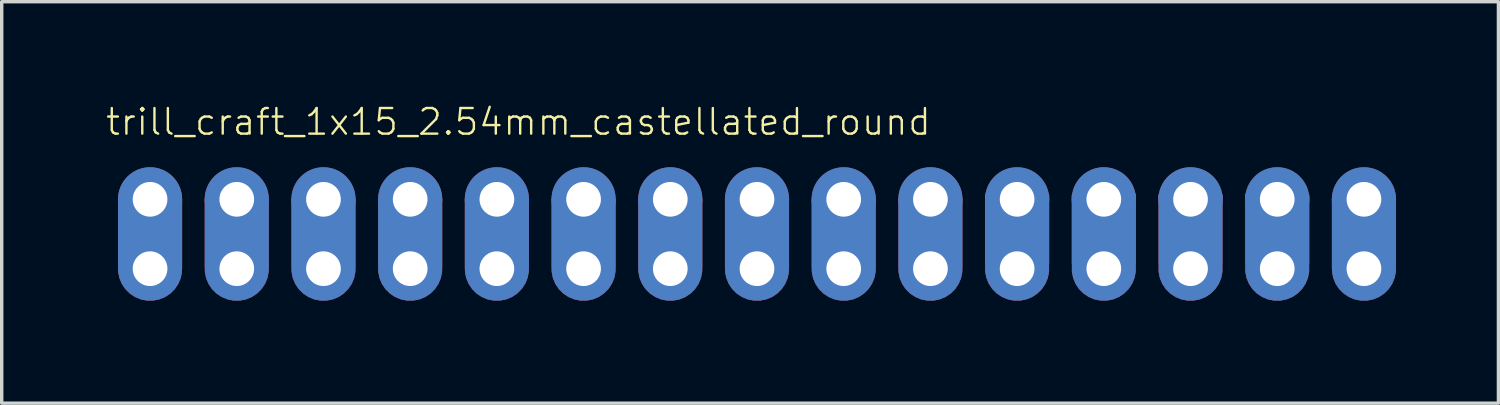
<source format=kicad_pcb>
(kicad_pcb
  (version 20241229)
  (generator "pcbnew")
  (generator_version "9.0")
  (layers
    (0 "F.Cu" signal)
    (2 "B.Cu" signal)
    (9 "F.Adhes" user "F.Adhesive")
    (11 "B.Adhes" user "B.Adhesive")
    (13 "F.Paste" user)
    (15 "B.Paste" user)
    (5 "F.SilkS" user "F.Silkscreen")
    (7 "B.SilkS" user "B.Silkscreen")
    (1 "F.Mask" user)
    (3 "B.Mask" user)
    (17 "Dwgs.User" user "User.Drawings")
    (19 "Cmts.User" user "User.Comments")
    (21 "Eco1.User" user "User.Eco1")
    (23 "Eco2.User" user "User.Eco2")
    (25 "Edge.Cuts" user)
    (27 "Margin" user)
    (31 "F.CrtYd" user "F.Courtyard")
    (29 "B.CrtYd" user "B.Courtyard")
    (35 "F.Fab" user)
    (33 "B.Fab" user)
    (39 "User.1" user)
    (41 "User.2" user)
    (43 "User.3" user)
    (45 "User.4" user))
  (footprint "trill_craft_1x15_2.54mm_castellated_round"
    (layer "F.Cu")
    (at 1.346 2.789)
    (property "Reference" "trill_craft_1x15_2.54mm_castellated_round" (at -1.346 -1.829 0) (layer "F.SilkS") (effects (font (size 0.75 0.75) (thickness 0.07)) (justify left bottom)))
    (attr through_hole exclude_from_pos_files exclude_from_bom)
    (fp_poly (pts (xy -0.254 0.254) (xy 0.254 0.254) (xy 0.254 -0.254) (xy -0.254 -0.254)) (stroke (width 0.1) (type solid)) (fill no) (layer "F.Fab"))
    (fp_poly (pts (xy -0.254 2.286) (xy 0.254 2.286) (xy 0.254 1.778) (xy -0.254 1.778)) (stroke (width 0.1) (type solid)) (fill no) (layer "F.Fab"))
    (fp_poly (pts (xy 2.286 0.254) (xy 2.794 0.254) (xy 2.794 -0.254) (xy 2.286 -0.254)) (stroke (width 0.1) (type solid)) (fill no) (layer "F.Fab"))
    (fp_poly (pts (xy 2.286 2.286) (xy 2.794 2.286) (xy 2.794 1.778) (xy 2.286 1.778)) (stroke (width 0.1) (type solid)) (fill no) (layer "F.Fab"))
    (fp_poly (pts (xy 4.826 0.254) (xy 5.334 0.254) (xy 5.334 -0.254) (xy 4.826 -0.254)) (stroke (width 0.1) (type solid)) (fill no) (layer "F.Fab"))
    (fp_poly (pts (xy 4.826 2.286) (xy 5.334 2.286) (xy 5.334 1.778) (xy 4.826 1.778)) (stroke (width 0.1) (type solid)) (fill no) (layer "F.Fab"))
    (fp_poly (pts (xy 7.366 0.254) (xy 7.874 0.254) (xy 7.874 -0.254) (xy 7.366 -0.254)) (stroke (width 0.1) (type solid)) (fill no) (layer "F.Fab"))
    (fp_poly (pts (xy 7.366 2.286) (xy 7.874 2.286) (xy 7.874 1.778) (xy 7.366 1.778)) (stroke (width 0.1) (type solid)) (fill no) (layer "F.Fab"))
    (fp_poly (pts (xy 9.906 0.254) (xy 10.414 0.254) (xy 10.414 -0.254) (xy 9.906 -0.254)) (stroke (width 0.1) (type solid)) (fill no) (layer "F.Fab"))
    (fp_poly (pts (xy 9.906 2.286) (xy 10.414 2.286) (xy 10.414 1.778) (xy 9.906 1.778)) (stroke (width 0.1) (type solid)) (fill no) (layer "F.Fab"))
    (fp_poly (pts (xy 12.446 0.254) (xy 12.954 0.254) (xy 12.954 -0.254) (xy 12.446 -0.254)) (stroke (width 0.1) (type solid)) (fill no) (layer "F.Fab"))
    (fp_poly (pts (xy 12.446 2.286) (xy 12.954 2.286) (xy 12.954 1.778) (xy 12.446 1.778)) (stroke (width 0.1) (type solid)) (fill no) (layer "F.Fab"))
    (fp_poly (pts (xy 14.986 0.254) (xy 15.494 0.254) (xy 15.494 -0.254) (xy 14.986 -0.254)) (stroke (width 0.1) (type solid)) (fill no) (layer "F.Fab"))
    (fp_poly (pts (xy 14.986 2.286) (xy 15.494 2.286) (xy 15.494 1.778) (xy 14.986 1.778)) (stroke (width 0.1) (type solid)) (fill no) (layer "F.Fab"))
    (fp_poly (pts (xy 17.526 0.254) (xy 18.034 0.254) (xy 18.034 -0.254) (xy 17.526 -0.254)) (stroke (width 0.1) (type solid)) (fill no) (layer "F.Fab"))
    (fp_poly (pts (xy 17.526 2.286) (xy 18.034 2.286) (xy 18.034 1.778) (xy 17.526 1.778)) (stroke (width 0.1) (type solid)) (fill no) (layer "F.Fab"))
    (fp_poly (pts (xy 20.066 0.254) (xy 20.574 0.254) (xy 20.574 -0.254) (xy 20.066 -0.254)) (stroke (width 0.1) (type solid)) (fill no) (layer "F.Fab"))
    (fp_poly (pts (xy 20.066 2.286) (xy 20.574 2.286) (xy 20.574 1.778) (xy 20.066 1.778)) (stroke (width 0.1) (type solid)) (fill no) (layer "F.Fab"))
    (fp_poly (pts (xy 22.606 0.254) (xy 23.114 0.254) (xy 23.114 -0.254) (xy 22.606 -0.254)) (stroke (width 0.1) (type solid)) (fill no) (layer "F.Fab"))
    (fp_poly (pts (xy 22.606 2.286) (xy 23.114 2.286) (xy 23.114 1.778) (xy 22.606 1.778)) (stroke (width 0.1) (type solid)) (fill no) (layer "F.Fab"))
    (fp_poly (pts (xy 25.146 0.254) (xy 25.654 0.254) (xy 25.654 -0.254) (xy 25.146 -0.254)) (stroke (width 0.1) (type solid)) (fill no) (layer "F.Fab"))
    (fp_poly (pts (xy 25.146 2.286) (xy 25.654 2.286) (xy 25.654 1.778) (xy 25.146 1.778)) (stroke (width 0.1) (type solid)) (fill no) (layer "F.Fab"))
    (fp_poly (pts (xy 27.686 0.254) (xy 28.194 0.254) (xy 28.194 -0.254) (xy 27.686 -0.254)) (stroke (width 0.1) (type solid)) (fill no) (layer "F.Fab"))
    (fp_poly (pts (xy 27.686 2.286) (xy 28.194 2.286) (xy 28.194 1.778) (xy 27.686 1.778)) (stroke (width 0.1) (type solid)) (fill no) (layer "F.Fab"))
    (fp_poly (pts (xy 30.226 0.254) (xy 30.734 0.254) (xy 30.734 -0.254) (xy 30.226 -0.254)) (stroke (width 0.1) (type solid)) (fill no) (layer "F.Fab"))
    (fp_poly (pts (xy 30.226 2.286) (xy 30.734 2.286) (xy 30.734 1.778) (xy 30.226 1.778)) (stroke (width 0.1) (type solid)) (fill no) (layer "F.Fab"))
    (fp_poly (pts (xy 32.766 0.254) (xy 33.274 0.254) (xy 33.274 -0.254) (xy 32.766 -0.254)) (stroke (width 0.1) (type solid)) (fill no) (layer "F.Fab"))
    (fp_poly (pts (xy 32.766 2.286) (xy 33.274 2.286) (xy 33.274 1.778) (xy 32.766 1.778)) (stroke (width 0.1) (type solid)) (fill no) (layer "F.Fab"))
    (fp_poly (pts (xy 35.306 0.254) (xy 35.814 0.254) (xy 35.814 -0.254) (xy 35.306 -0.254)) (stroke (width 0.1) (type solid)) (fill no) (layer "F.Fab"))
    (fp_poly (pts (xy 35.306 2.286) (xy 35.814 2.286) (xy 35.814 1.778) (xy 35.306 1.778)) (stroke (width 0.1) (type solid)) (fill no) (layer "F.Fab"))
    (pad "1" thru_hole circle (at 0 0 90) (size 1.88 1.88) (drill 1.016) (layers "*.Cu" "*.Mask"))
    (pad "1" thru_hole custom (at 0 2.032) (size 1.88 1.88) (drill 1.016) (property pad_prop_castellated) (layers "*.Cu" "*.Mask") (options (anchor circle)) (primitives (gr_poly (pts (xy 0.889 0) (xy -0.889 0) (xy -0.889 -2.032) (xy 0.889 -2.032)) (width 0.1) (fill yes))))
    (pad "2" thru_hole circle (at 2.54 0 90) (size 1.88 1.88) (drill 1.016) (layers "*.Cu" "*.Mask"))
    (pad "2" thru_hole custom (at 2.54 2.032) (size 1.88 1.88) (drill 1.016) (property pad_prop_castellated) (layers "*.Cu" "*.Mask") (options (anchor circle)) (primitives (gr_poly (pts (xy 0.889 0) (xy -0.889 0) (xy -0.889 -2.032) (xy 0.889 -2.032)) (width 0.1) (fill yes))))
    (pad "3" thru_hole circle (at 5.08 0 90) (size 1.88 1.88) (drill 1.016) (layers "*.Cu" "*.Mask"))
    (pad "3" thru_hole custom (at 5.08 2.032) (size 1.88 1.88) (drill 1.016) (property pad_prop_castellated) (layers "*.Cu" "*.Mask") (options (anchor circle)) (primitives (gr_poly (pts (xy 0.889 0) (xy -0.889 0) (xy -0.889 -2.032) (xy 0.889 -2.032)) (width 0.1) (fill yes))))
    (pad "4" thru_hole circle (at 7.62 0 90) (size 1.88 1.88) (drill 1.016) (layers "*.Cu" "*.Mask"))
    (pad "4" thru_hole custom (at 7.62 2.032) (size 1.88 1.88) (drill 1.016) (property pad_prop_castellated) (layers "*.Cu" "*.Mask") (options (anchor circle)) (primitives (gr_poly (pts (xy 0.889 0) (xy -0.889 0) (xy -0.889 -2.032) (xy 0.889 -2.032)) (width 0.1) (fill yes))))
    (pad "5" thru_hole circle (at 10.16 0 90) (size 1.88 1.88) (drill 1.016) (layers "*.Cu" "*.Mask"))
    (pad "5" thru_hole custom (at 10.16 2.032) (size 1.88 1.88) (drill 1.016) (property pad_prop_castellated) (layers "*.Cu" "*.Mask") (options (anchor circle)) (primitives (gr_poly (pts (xy 0.889 0) (xy -0.889 0) (xy -0.889 -2.032) (xy 0.889 -2.032)) (width 0.1) (fill yes))))
    (pad "6" thru_hole circle (at 12.7 0 90) (size 1.88 1.88) (drill 1.016) (layers "*.Cu" "*.Mask"))
    (pad "6" thru_hole custom (at 12.7 2.032) (size 1.88 1.88) (drill 1.016) (property pad_prop_castellated) (layers "*.Cu" "*.Mask") (options (anchor circle)) (primitives (gr_poly (pts (xy 0.889 0) (xy -0.889 0) (xy -0.889 -2.032) (xy 0.889 -2.032)) (width 0.1) (fill yes))))
    (pad "7" thru_hole circle (at 15.24 0 90) (size 1.88 1.88) (drill 1.016) (layers "*.Cu" "*.Mask"))
    (pad "7" thru_hole custom (at 15.24 2.032) (size 1.88 1.88) (drill 1.016) (property pad_prop_castellated) (layers "*.Cu" "*.Mask") (options (anchor circle)) (primitives (gr_poly (pts (xy 0.889 0) (xy -0.889 0) (xy -0.889 -2.032) (xy 0.889 -2.032)) (width 0.1) (fill yes))))
    (pad "8" thru_hole circle (at 17.78 0 90) (size 1.88 1.88) (drill 1.016) (layers "*.Cu" "*.Mask"))
    (pad "8" thru_hole custom (at 17.78 2.032) (size 1.88 1.88) (drill 1.016) (property pad_prop_castellated) (layers "*.Cu" "*.Mask") (options (anchor circle)) (primitives (gr_poly (pts (xy 0.889 0) (xy -0.889 0) (xy -0.889 -2.032) (xy 0.889 -2.032)) (width 0.1) (fill yes))))
    (pad "9" thru_hole circle (at 20.32 0 90) (size 1.88 1.88) (drill 1.016) (layers "*.Cu" "*.Mask"))
    (pad "9" thru_hole custom (at 20.32 2.032) (size 1.88 1.88) (drill 1.016) (property pad_prop_castellated) (layers "*.Cu" "*.Mask") (options (anchor circle)) (primitives (gr_poly (pts (xy 0.889 0) (xy -0.889 0) (xy -0.889 -2.032) (xy 0.889 -2.032)) (width 0.1) (fill yes))))
    (pad "10" thru_hole circle (at 22.86 0 90) (size 1.88 1.88) (drill 1.016) (layers "*.Cu" "*.Mask"))
    (pad "10" thru_hole custom (at 22.86 2.032) (size 1.88 1.88) (drill 1.016) (property pad_prop_castellated) (layers "*.Cu" "*.Mask") (options (anchor circle)) (primitives (gr_poly (pts (xy 0.889 0) (xy -0.889 0) (xy -0.889 -2.032) (xy 0.889 -2.032)) (width 0.1) (fill yes))))
    (pad "11" thru_hole circle (at 25.4 0 90) (size 1.88 1.88) (drill 1.016) (layers "*.Cu" "*.Mask"))
    (pad "11" thru_hole custom (at 25.4 2.032) (size 1.88 1.88) (drill 1.016) (property pad_prop_castellated) (layers "*.Cu" "*.Mask") (options (anchor circle)) (primitives (gr_poly (pts (xy 0.889 -0.127) (xy -0.889 -0.127) (xy -0.889 -2.159) (xy 0.889 -2.159)) (width 0.1) (fill yes))))
    (pad "12" thru_hole circle (at 27.94 0 90) (size 1.88 1.88) (drill 1.016) (layers "*.Cu" "*.Mask"))
    (pad "12" thru_hole custom (at 27.94 2.032) (size 1.88 1.88) (drill 1.016) (property pad_prop_castellated) (layers "*.Cu" "*.Mask") (options (anchor circle)) (primitives (gr_poly (pts (xy 0.889 -0.127) (xy -0.889 -0.127) (xy -0.889 -2.159) (xy 0.889 -2.159)) (width 0.1) (fill yes))))
    (pad "13" thru_hole circle (at 30.48 0 90) (size 1.88 1.88) (drill 1.016) (layers "*.Cu" "*.Mask"))
    (pad "13" thru_hole custom (at 30.48 2.032) (size 1.88 1.88) (drill 1.016) (property pad_prop_castellated) (layers "*.Cu" "*.Mask") (options (anchor circle)) (primitives (gr_poly (pts (xy 0.889 -0.127) (xy -0.889 -0.127) (xy -0.889 -2.159) (xy 0.889 -2.159)) (width 0.1) (fill yes))))
    (pad "14" thru_hole circle (at 33.02 0 90) (size 1.88 1.88) (drill 1.016) (layers "*.Cu" "*.Mask"))
    (pad "14" thru_hole custom (at 33.02 2.032) (size 1.88 1.88) (drill 1.016) (property pad_prop_castellated) (layers "*.Cu" "*.Mask") (options (anchor circle)) (primitives (gr_poly (pts (xy 0.889 -0.127) (xy -0.889 -0.127) (xy -0.889 -2.159) (xy 0.889 -2.159)) (width 0.1) (fill yes))))
    (pad "15" thru_hole circle (at 35.56 0 90) (size 1.88 1.88) (drill 1.016) (layers "*.Cu" "*.Mask"))
    (pad "15" thru_hole custom (at 35.56 2.032) (size 1.88 1.88) (drill 1.016) (property pad_prop_castellated) (layers "*.Cu" "*.Mask") (options (anchor circle)) (primitives (gr_poly (pts (xy 0.889 0) (xy -0.889 0) (xy -0.889 -2.032) (xy 0.889 -2.032)) (width 0.1) (fill yes)))))
  (gr_rect
    (start -3 -3)
    (end 40.846 8.761)
    (stroke (width 0.1) (type default))
    (fill no)
    (layer "Edge.Cuts")))
</source>
